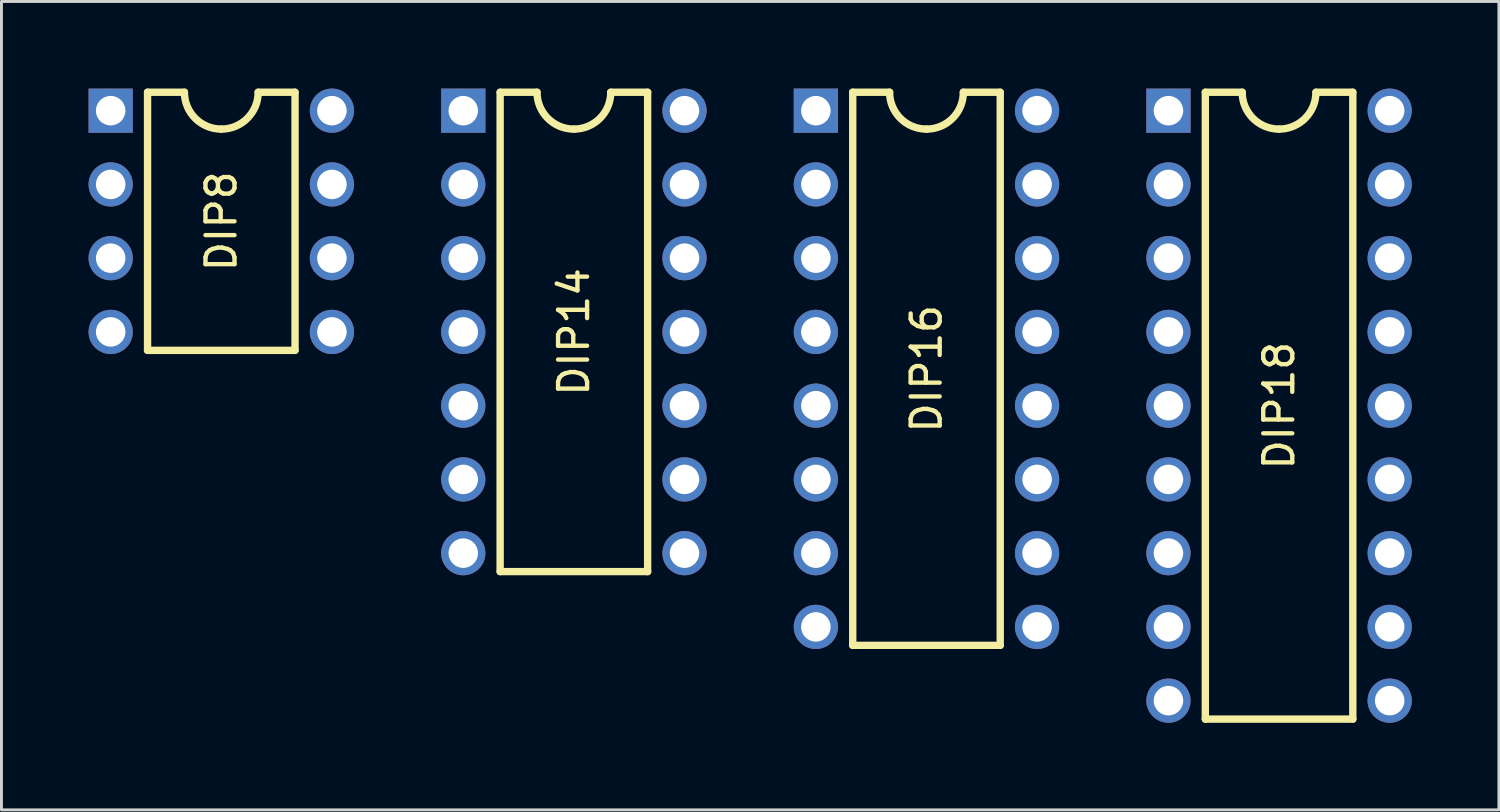
<source format=kicad_pcb>
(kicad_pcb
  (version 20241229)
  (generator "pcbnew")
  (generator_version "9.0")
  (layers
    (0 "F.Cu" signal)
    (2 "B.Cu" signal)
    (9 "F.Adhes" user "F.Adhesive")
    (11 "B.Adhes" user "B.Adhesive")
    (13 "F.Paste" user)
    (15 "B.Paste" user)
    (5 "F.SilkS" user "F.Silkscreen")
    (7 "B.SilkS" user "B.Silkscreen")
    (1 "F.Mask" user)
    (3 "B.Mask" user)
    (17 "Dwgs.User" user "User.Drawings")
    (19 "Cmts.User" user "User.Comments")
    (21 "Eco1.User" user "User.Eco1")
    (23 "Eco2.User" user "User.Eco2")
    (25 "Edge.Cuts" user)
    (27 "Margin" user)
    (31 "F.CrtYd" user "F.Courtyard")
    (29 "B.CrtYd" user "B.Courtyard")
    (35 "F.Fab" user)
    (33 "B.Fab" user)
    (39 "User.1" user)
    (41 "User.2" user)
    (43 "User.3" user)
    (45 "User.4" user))
  (footprint "DIP8"
    (layer "F.Cu")
    (at 4.572 4.572)
    (property "Reference" "DIP8" (at 0 0 90) (layer "F.SilkS") (effects (font (size 1 1) (thickness 0.15))))
    (attr through_hole)
    (fp_line (start -2.54 -4.445) (end -2.54 4.445) (stroke (width 0.254) (type solid)) (layer "F.SilkS"))
    (fp_line (start -2.54 4.445) (end 2.54 4.445) (stroke (width 0.254) (type solid)) (layer "F.SilkS"))
    (fp_line (start -1.27 -4.445) (end -2.54 -4.445) (stroke (width 0.254) (type solid)) (layer "F.SilkS"))
    (fp_line (start 2.54 -4.445) (end 1.27 -4.445) (stroke (width 0.254) (type solid)) (layer "F.SilkS"))
    (fp_line (start 2.54 4.445) (end 2.54 -4.445) (stroke (width 0.254) (type solid)) (layer "F.SilkS"))
    (fp_arc (start 0 -3.175) (mid -0.898026 -3.546974) (end -1.27 -4.445) (stroke (width 0.254) (type solid)) (layer "F.SilkS"))
    (fp_arc (start 1.27 -4.445) (mid 0.898026 -3.546974) (end 0 -3.175) (stroke (width 0.254) (type solid)) (layer "F.SilkS"))
    (pad "1" thru_hole rect (at -3.81 -3.81) (size 1.524 1.524) (drill 1.016) (layers "*.Cu" "*.Mask"))
    (pad "2" thru_hole circle (at -3.81 -1.27) (size 1.524 1.524) (drill 1.016) (layers "*.Cu" "*.Mask"))
    (pad "3" thru_hole circle (at -3.81 1.27) (size 1.524 1.524) (drill 1.016) (layers "*.Cu" "*.Mask"))
    (pad "4" thru_hole circle (at -3.81 3.81) (size 1.524 1.524) (drill 1.016) (layers "*.Cu" "*.Mask"))
    (pad "5" thru_hole circle (at 3.81 3.81) (size 1.524 1.524) (drill 1.016) (layers "*.Cu" "*.Mask"))
    (pad "6" thru_hole circle (at 3.81 1.27) (size 1.524 1.524) (drill 1.016) (layers "*.Cu" "*.Mask"))
    (pad "7" thru_hole circle (at 3.81 -1.27) (size 1.524 1.524) (drill 1.016) (layers "*.Cu" "*.Mask"))
    (pad "8" thru_hole circle (at 3.81 -3.81) (size 1.524 1.524) (drill 1.016) (layers "*.Cu" "*.Mask")))
  (footprint "DIP14"
    (layer "F.Cu")
    (at 16.716 8.382)
    (property "Reference" "DIP14" (at 0 0 90) (layer "F.SilkS") (effects (font (size 1 1) (thickness 0.15))))
    (attr through_hole)
    (fp_line (start -2.54 -8.255) (end -2.54 8.255) (stroke (width 0.254) (type solid)) (layer "F.SilkS"))
    (fp_line (start -2.54 -8.255) (end -1.27 -8.255) (stroke (width 0.254) (type solid)) (layer "F.SilkS"))
    (fp_line (start -2.54 8.255) (end 2.54 8.255) (stroke (width 0.254) (type solid)) (layer "F.SilkS"))
    (fp_line (start 2.54 -8.255) (end 1.27 -8.255) (stroke (width 0.254) (type solid)) (layer "F.SilkS"))
    (fp_line (start 2.54 8.255) (end 2.54 -8.255) (stroke (width 0.254) (type solid)) (layer "F.SilkS"))
    (fp_arc (start 0 -6.985) (mid -0.898026 -7.356974) (end -1.27 -8.255) (stroke (width 0.254) (type solid)) (layer "F.SilkS"))
    (fp_arc (start 1.27 -8.255) (mid 0.898026 -7.356974) (end 0 -6.985) (stroke (width 0.254) (type solid)) (layer "F.SilkS"))
    (pad "1" thru_hole rect (at -3.81 -7.62) (size 1.524 1.524) (drill 1.016) (layers "*.Cu" "*.Mask"))
    (pad "2" thru_hole circle (at -3.81 -5.08) (size 1.524 1.524) (drill 1.016) (layers "*.Cu" "*.Mask"))
    (pad "3" thru_hole circle (at -3.81 -2.54) (size 1.524 1.524) (drill 1.016) (layers "*.Cu" "*.Mask"))
    (pad "4" thru_hole circle (at -3.81 0) (size 1.524 1.524) (drill 1.016) (layers "*.Cu" "*.Mask"))
    (pad "5" thru_hole circle (at -3.81 2.54) (size 1.524 1.524) (drill 1.016) (layers "*.Cu" "*.Mask"))
    (pad "6" thru_hole circle (at -3.81 5.08) (size 1.524 1.524) (drill 1.016) (layers "*.Cu" "*.Mask"))
    (pad "7" thru_hole circle (at -3.81 7.62) (size 1.524 1.524) (drill 1.016) (layers "*.Cu" "*.Mask"))
    (pad "8" thru_hole circle (at 3.81 7.62) (size 1.524 1.524) (drill 1.016) (layers "*.Cu" "*.Mask"))
    (pad "9" thru_hole circle (at 3.81 5.08) (size 1.524 1.524) (drill 1.016) (layers "*.Cu" "*.Mask"))
    (pad "10" thru_hole circle (at 3.81 2.54) (size 1.524 1.524) (drill 1.016) (layers "*.Cu" "*.Mask"))
    (pad "11" thru_hole circle (at 3.81 0) (size 1.524 1.524) (drill 1.016) (layers "*.Cu" "*.Mask"))
    (pad "12" thru_hole circle (at 3.81 -2.54) (size 1.524 1.524) (drill 1.016) (layers "*.Cu" "*.Mask"))
    (pad "13" thru_hole circle (at 3.81 -5.08) (size 1.524 1.524) (drill 1.016) (layers "*.Cu" "*.Mask"))
    (pad "14" thru_hole circle (at 3.81 -7.62) (size 1.524 1.524) (drill 1.016) (layers "*.Cu" "*.Mask")))
  (footprint "DIP16"
    (layer "F.Cu")
    (at 28.86 9.652)
    (property "Reference" "DIP16" (at 0 0 90) (layer "F.SilkS") (effects (font (size 1 1) (thickness 0.15))))
    (attr through_hole)
    (fp_line (start -2.54 -9.525) (end -2.54 9.525) (stroke (width 0.254) (type solid)) (layer "F.SilkS"))
    (fp_line (start -2.54 -9.525) (end -1.27 -9.525) (stroke (width 0.254) (type solid)) (layer "F.SilkS"))
    (fp_line (start -2.54 9.525) (end 2.54 9.525) (stroke (width 0.254) (type solid)) (layer "F.SilkS"))
    (fp_line (start 2.54 -9.525) (end 1.27 -9.525) (stroke (width 0.254) (type solid)) (layer "F.SilkS"))
    (fp_line (start 2.54 9.525) (end 2.54 -9.525) (stroke (width 0.254) (type solid)) (layer "F.SilkS"))
    (fp_arc (start 0 -8.255) (mid -0.898026 -8.626974) (end -1.27 -9.525) (stroke (width 0.254) (type solid)) (layer "F.SilkS"))
    (fp_arc (start 1.27 -9.525) (mid 0.898026 -8.626974) (end 0 -8.255) (stroke (width 0.254) (type solid)) (layer "F.SilkS"))
    (pad "1" thru_hole rect (at -3.81 -8.89) (size 1.524 1.524) (drill 1.016) (layers "*.Cu" "*.Mask"))
    (pad "2" thru_hole circle (at -3.81 -6.35) (size 1.524 1.524) (drill 1.016) (layers "*.Cu" "*.Mask"))
    (pad "3" thru_hole circle (at -3.81 -3.81) (size 1.524 1.524) (drill 1.016) (layers "*.Cu" "*.Mask"))
    (pad "4" thru_hole circle (at -3.81 -1.27) (size 1.524 1.524) (drill 1.016) (layers "*.Cu" "*.Mask"))
    (pad "5" thru_hole circle (at -3.81 1.27) (size 1.524 1.524) (drill 1.016) (layers "*.Cu" "*.Mask"))
    (pad "6" thru_hole circle (at -3.81 3.81) (size 1.524 1.524) (drill 1.016) (layers "*.Cu" "*.Mask"))
    (pad "7" thru_hole circle (at -3.81 6.35) (size 1.524 1.524) (drill 1.016) (layers "*.Cu" "*.Mask"))
    (pad "8" thru_hole circle (at -3.81 8.89) (size 1.524 1.524) (drill 1.016) (layers "*.Cu" "*.Mask"))
    (pad "9" thru_hole circle (at 3.81 8.89) (size 1.524 1.524) (drill 1.016) (layers "*.Cu" "*.Mask"))
    (pad "10" thru_hole circle (at 3.81 6.35) (size 1.524 1.524) (drill 1.016) (layers "*.Cu" "*.Mask"))
    (pad "11" thru_hole circle (at 3.81 3.81) (size 1.524 1.524) (drill 1.016) (layers "*.Cu" "*.Mask"))
    (pad "12" thru_hole circle (at 3.81 1.27) (size 1.524 1.524) (drill 1.016) (layers "*.Cu" "*.Mask"))
    (pad "13" thru_hole circle (at 3.81 -1.27) (size 1.524 1.524) (drill 1.016) (layers "*.Cu" "*.Mask"))
    (pad "14" thru_hole circle (at 3.81 -3.81) (size 1.524 1.524) (drill 1.016) (layers "*.Cu" "*.Mask"))
    (pad "15" thru_hole circle (at 3.81 -6.35) (size 1.524 1.524) (drill 1.016) (layers "*.Cu" "*.Mask"))
    (pad "16" thru_hole circle (at 3.81 -8.89) (size 1.524 1.524) (drill 1.016) (layers "*.Cu" "*.Mask")))
  (footprint "DIP18"
    (layer "F.Cu")
    (at 41.004 10.922)
    (property "Reference" "DIP18" (at 0 0 90) (layer "F.SilkS") (effects (font (size 1 1) (thickness 0.15))))
    (attr through_hole)
    (fp_line (start -2.54 -10.795) (end -2.54 10.795) (stroke (width 0.254) (type solid)) (layer "F.SilkS"))
    (fp_line (start -2.54 10.795) (end 2.54 10.795) (stroke (width 0.254) (type solid)) (layer "F.SilkS"))
    (fp_line (start -1.27 -10.795) (end -2.54 -10.795) (stroke (width 0.254) (type solid)) (layer "F.SilkS"))
    (fp_line (start 2.54 -10.795) (end 1.27 -10.795) (stroke (width 0.254) (type solid)) (layer "F.SilkS"))
    (fp_line (start 2.54 10.795) (end 2.54 -10.795) (stroke (width 0.254) (type solid)) (layer "F.SilkS"))
    (fp_arc (start 0 -9.525) (mid -0.898026 -9.896974) (end -1.27 -10.795) (stroke (width 0.254) (type solid)) (layer "F.SilkS"))
    (fp_arc (start 1.27 -10.795) (mid 0.898026 -9.896974) (end 0 -9.525) (stroke (width 0.254) (type solid)) (layer "F.SilkS"))
    (pad "1" thru_hole rect (at -3.81 -10.16) (size 1.524 1.524) (drill 1.016) (layers "*.Cu" "*.Mask"))
    (pad "2" thru_hole circle (at -3.81 -7.62) (size 1.524 1.524) (drill 1.016) (layers "*.Cu" "*.Mask"))
    (pad "3" thru_hole circle (at -3.81 -5.08) (size 1.524 1.524) (drill 1.016) (layers "*.Cu" "*.Mask"))
    (pad "4" thru_hole circle (at -3.81 -2.54) (size 1.524 1.524) (drill 1.016) (layers "*.Cu" "*.Mask"))
    (pad "5" thru_hole circle (at -3.81 0) (size 1.524 1.524) (drill 1.016) (layers "*.Cu" "*.Mask"))
    (pad "6" thru_hole circle (at -3.81 2.54) (size 1.524 1.524) (drill 1.016) (layers "*.Cu" "*.Mask"))
    (pad "7" thru_hole circle (at -3.81 5.08) (size 1.524 1.524) (drill 1.016) (layers "*.Cu" "*.Mask"))
    (pad "8" thru_hole circle (at -3.81 7.62) (size 1.524 1.524) (drill 1.016) (layers "*.Cu" "*.Mask"))
    (pad "9" thru_hole circle (at -3.81 10.16) (size 1.524 1.524) (drill 1.016) (layers "*.Cu" "*.Mask"))
    (pad "10" thru_hole circle (at 3.81 10.16) (size 1.524 1.524) (drill 1.016) (layers "*.Cu" "*.Mask"))
    (pad "11" thru_hole circle (at 3.81 7.62) (size 1.524 1.524) (drill 1.016) (layers "*.Cu" "*.Mask"))
    (pad "12" thru_hole circle (at 3.81 5.08) (size 1.524 1.524) (drill 1.016) (layers "*.Cu" "*.Mask"))
    (pad "13" thru_hole circle (at 3.81 2.54) (size 1.524 1.524) (drill 1.016) (layers "*.Cu" "*.Mask"))
    (pad "14" thru_hole circle (at 3.81 0) (size 1.524 1.524) (drill 1.016) (layers "*.Cu" "*.Mask"))
    (pad "15" thru_hole circle (at 3.81 -2.54) (size 1.524 1.524) (drill 1.016) (layers "*.Cu" "*.Mask"))
    (pad "16" thru_hole circle (at 3.81 -5.08) (size 1.524 1.524) (drill 1.016) (layers "*.Cu" "*.Mask"))
    (pad "17" thru_hole circle (at 3.81 -7.62) (size 1.524 1.524) (drill 1.016) (layers "*.Cu" "*.Mask"))
    (pad "18" thru_hole circle (at 3.81 -10.16) (size 1.524 1.524) (drill 1.016) (layers "*.Cu" "*.Mask")))
  (gr_rect
    (start -3 -3)
    (end 48.576 24.844)
    (stroke (width 0.1) (type default))
    (fill no)
    (layer "Edge.Cuts")))
</source>
